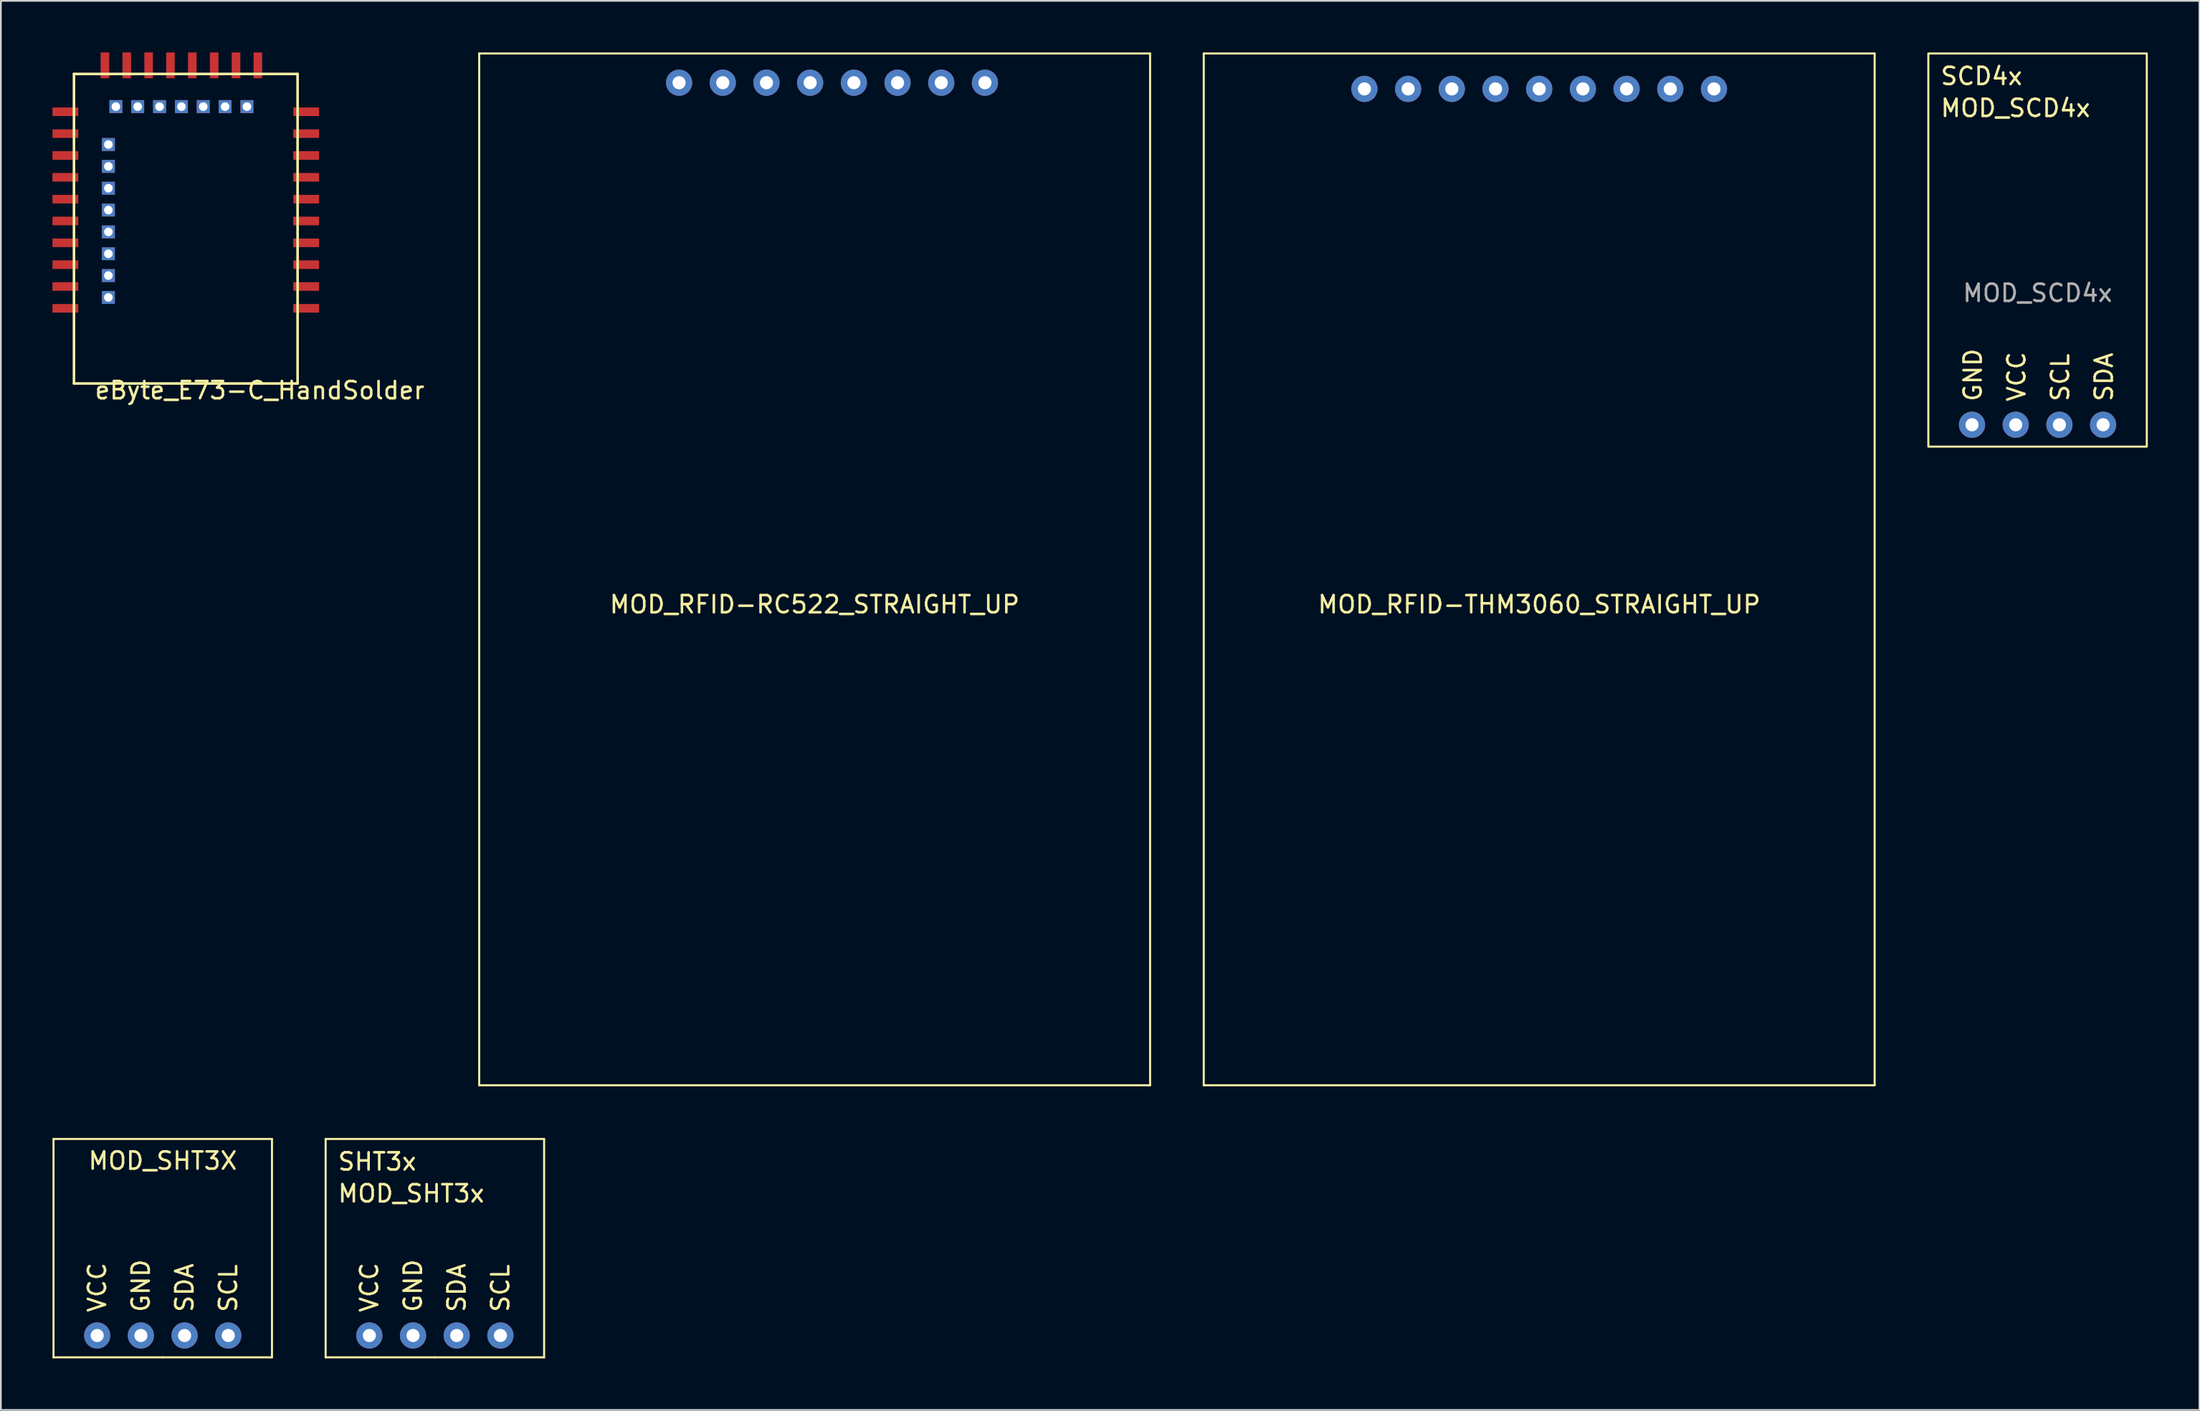
<source format=kicad_pcb>
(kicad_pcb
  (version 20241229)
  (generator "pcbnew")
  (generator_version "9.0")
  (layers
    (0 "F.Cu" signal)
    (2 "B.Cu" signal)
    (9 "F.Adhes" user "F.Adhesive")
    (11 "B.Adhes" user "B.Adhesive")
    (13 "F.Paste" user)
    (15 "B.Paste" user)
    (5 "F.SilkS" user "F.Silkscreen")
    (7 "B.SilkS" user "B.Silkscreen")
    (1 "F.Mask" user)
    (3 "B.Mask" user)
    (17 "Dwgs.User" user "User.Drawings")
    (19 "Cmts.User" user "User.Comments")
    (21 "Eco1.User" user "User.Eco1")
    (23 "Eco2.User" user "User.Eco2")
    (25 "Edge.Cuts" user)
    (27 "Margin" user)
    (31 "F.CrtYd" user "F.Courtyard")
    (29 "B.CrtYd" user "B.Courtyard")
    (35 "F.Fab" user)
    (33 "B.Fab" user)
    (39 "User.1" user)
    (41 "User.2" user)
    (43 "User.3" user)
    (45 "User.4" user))
  (footprint "MOD_RFID-RC522_STRAIGHT_UP"
    (layer "F.Cu")
    (at 44.306 30.06)
    (property "Reference" "MOD_RFID-RC522_STRAIGHT_UP" (at 0 2.04 0) (layer "F.SilkS") (effects (font (size 1 1) (thickness 0.15))))
    (attr through_hole)
    (fp_line (start -19.5 -30) (end 19.5 -30) (stroke (width 0.12) (type solid)) (layer "F.SilkS"))
    (fp_line (start -19.5 30) (end -19.5 -30) (stroke (width 0.12) (type solid)) (layer "F.SilkS"))
    (fp_line (start 19.5 -30) (end 19.5 30) (stroke (width 0.12) (type solid)) (layer "F.SilkS"))
    (fp_line (start 19.5 30) (end -19.5 30) (stroke (width 0.12) (type solid)) (layer "F.SilkS"))
    (pad "1" thru_hole circle (at -7.88 -28.3) (size 1.524 1.524) (drill 0.762) (layers "*.Cu" "*.Mask"))
    (pad "2" thru_hole circle (at -5.34 -28.3) (size 1.524 1.524) (drill 0.762) (layers "*.Cu" "*.Mask"))
    (pad "3" thru_hole circle (at -2.8 -28.3) (size 1.524 1.524) (drill 0.762) (layers "*.Cu" "*.Mask"))
    (pad "4" thru_hole circle (at -0.26 -28.3) (size 1.524 1.524) (drill 0.762) (layers "*.Cu" "*.Mask"))
    (pad "5" thru_hole circle (at 2.28 -28.3) (size 1.524 1.524) (drill 0.762) (layers "*.Cu" "*.Mask"))
    (pad "6" thru_hole circle (at 4.82 -28.3) (size 1.524 1.524) (drill 0.762) (layers "*.Cu" "*.Mask"))
    (pad "7" thru_hole circle (at 7.36 -28.3) (size 1.524 1.524) (drill 0.762) (layers "*.Cu" "*.Mask"))
    (pad "8" thru_hole circle (at 9.9 -28.3) (size 1.524 1.524) (drill 0.762) (layers "*.Cu" "*.Mask")))
  (footprint "eByte_E73-C_HandSolder"
    (layer "F.Cu")
    (at 1.25 1.25)
    (property "Reference" "eByte_E73-C_HandSolder" (at 10.8 18.4 0) (layer "F.SilkS") (effects (font (size 1 1) (thickness 0.15))))
    (attr through_hole)
    (fp_line (start 0 0) (end 13 0) (stroke (width 0.15) (type solid)) (layer "F.SilkS"))
    (fp_line (start 0 18) (end 0 0) (stroke (width 0.15) (type solid)) (layer "F.SilkS"))
    (fp_line (start 13 0) (end 13 18) (stroke (width 0.15) (type solid)) (layer "F.SilkS"))
    (fp_line (start 13 18) (end 0 18) (stroke (width 0.15) (type solid)) (layer "F.SilkS"))
    (pad "1" smd rect (at 13 13.63) (size 1.5 0.5) (drill (offset 0.5 0)) (layers "F.Cu" "F.Mask" "F.Paste"))
    (pad "2" smd rect (at 13 12.36) (size 1.5 0.5) (drill (offset 0.5 0)) (layers "F.Cu" "F.Mask" "F.Paste"))
    (pad "3" smd rect (at 13 11.09) (size 1.5 0.5) (drill (offset 0.5 0)) (layers "F.Cu" "F.Mask" "F.Paste"))
    (pad "4" smd rect (at 13 9.82) (size 1.5 0.5) (drill (offset 0.5 0)) (layers "F.Cu" "F.Mask" "F.Paste"))
    (pad "5" smd rect (at 13 8.55) (size 1.5 0.5) (drill (offset 0.5 0)) (layers "F.Cu" "F.Mask" "F.Paste"))
    (pad "6" smd rect (at 13 7.28) (size 1.5 0.5) (drill (offset 0.5 0)) (layers "F.Cu" "F.Mask" "F.Paste"))
    (pad "7" smd rect (at 13 6.01) (size 1.5 0.5) (drill (offset 0.5 0)) (layers "F.Cu" "F.Mask" "F.Paste"))
    (pad "8" smd rect (at 13 4.74) (size 1.5 0.5) (drill (offset 0.5 0)) (layers "F.Cu" "F.Mask" "F.Paste"))
    (pad "9" smd rect (at 13 3.47) (size 1.5 0.5) (drill (offset 0.5 0)) (layers "F.Cu" "F.Mask" "F.Paste"))
    (pad "10" smd rect (at 13 2.2) (size 1.5 0.5) (drill (offset 0.5 0)) (layers "F.Cu" "F.Mask" "F.Paste"))
    (pad "11" smd rect (at 10.69 0) (size 0.5 1.5) (drill (offset 0 -0.5)) (layers "F.Cu" "F.Mask" "F.Paste"))
    (pad "12" thru_hole rect (at 10.055 1.9) (size 0.75 0.75) (drill 0.5) (layers "*.Cu" "*.Mask"))
    (pad "13" smd rect (at 9.42 0) (size 0.5 1.5) (drill (offset 0 -0.5)) (layers "F.Cu" "F.Mask" "F.Paste"))
    (pad "14" thru_hole rect (at 8.785 1.9) (size 0.75 0.75) (drill 0.5) (layers "*.Cu" "*.Mask"))
    (pad "15" smd rect (at 8.15 0) (size 0.5 1.5) (drill (offset 0 -0.5)) (layers "F.Cu" "F.Mask" "F.Paste"))
    (pad "16" thru_hole rect (at 7.515 1.9) (size 0.75 0.75) (drill 0.5) (layers "*.Cu" "*.Mask"))
    (pad "17" smd rect (at 6.88 0) (size 0.5 1.5) (drill (offset 0 -0.5)) (layers "F.Cu" "F.Mask" "F.Paste"))
    (pad "18" thru_hole rect (at 6.245 1.9) (size 0.75 0.75) (drill 0.5) (layers "*.Cu" "*.Mask"))
    (pad "19" smd rect (at 5.61 0) (size 0.5 1.5) (drill (offset 0 -0.5)) (layers "F.Cu" "F.Mask" "F.Paste"))
    (pad "20" thru_hole rect (at 4.975 1.9) (size 0.75 0.75) (drill 0.5) (layers "*.Cu" "*.Mask"))
    (pad "21" smd rect (at 4.34 0) (size 0.5 1.5) (drill (offset 0 -0.5)) (layers "F.Cu" "F.Mask" "F.Paste"))
    (pad "22" thru_hole rect (at 3.705 1.9) (size 0.75 0.75) (drill 0.5) (layers "*.Cu" "*.Mask"))
    (pad "23" smd rect (at 3.07 0) (size 0.5 1.5) (drill (offset 0 -0.5)) (layers "F.Cu" "F.Mask" "F.Paste"))
    (pad "24" thru_hole rect (at 2.435 1.9) (size 0.75 0.75) (drill 0.5) (layers "*.Cu" "*.Mask"))
    (pad "25" smd rect (at 1.8 0) (size 0.5 1.5) (drill (offset 0 -0.5)) (layers "F.Cu" "F.Mask" "F.Paste"))
    (pad "26" smd rect (at 0 2.2) (size 1.5 0.5) (drill (offset -0.5 0)) (layers "F.Cu" "F.Mask" "F.Paste"))
    (pad "27" smd rect (at 0 3.47) (size 1.5 0.5) (drill (offset -0.5 0)) (layers "F.Cu" "F.Mask" "F.Paste"))
    (pad "28" thru_hole rect (at 2 4.105) (size 0.75 0.75) (drill 0.5) (layers "*.Cu" "*.Mask"))
    (pad "29" smd rect (at 0 4.74) (size 1.5 0.5) (drill (offset -0.5 0)) (layers "F.Cu" "F.Mask" "F.Paste"))
    (pad "30" thru_hole rect (at 2 5.375) (size 0.75 0.75) (drill 0.5) (layers "*.Cu" "*.Mask"))
    (pad "31" smd rect (at 0 6.01) (size 1.5 0.5) (drill (offset -0.5 0)) (layers "F.Cu" "F.Mask" "F.Paste"))
    (pad "32" thru_hole rect (at 2 6.645) (size 0.75 0.75) (drill 0.5) (layers "*.Cu" "*.Mask"))
    (pad "33" smd rect (at 0 7.28) (size 1.5 0.5) (drill (offset -0.5 0)) (layers "F.Cu" "F.Mask" "F.Paste"))
    (pad "34" thru_hole rect (at 2 7.915) (size 0.75 0.75) (drill 0.5) (layers "*.Cu" "*.Mask"))
    (pad "35" smd rect (at 0 8.55) (size 1.5 0.5) (drill (offset -0.5 0)) (layers "F.Cu" "F.Mask" "F.Paste"))
    (pad "36" thru_hole rect (at 2 9.185) (size 0.75 0.75) (drill 0.5) (layers "*.Cu" "*.Mask"))
    (pad "37" smd rect (at 0 9.82) (size 1.5 0.5) (drill (offset -0.5 0)) (layers "F.Cu" "F.Mask" "F.Paste"))
    (pad "38" thru_hole rect (at 2 10.455) (size 0.75 0.75) (drill 0.5) (layers "*.Cu" "*.Mask"))
    (pad "39" smd rect (at 0 11.09) (size 1.5 0.5) (drill (offset -0.5 0)) (layers "F.Cu" "F.Mask" "F.Paste"))
    (pad "40" thru_hole rect (at 2 11.725) (size 0.75 0.75) (drill 0.5) (layers "*.Cu" "*.Mask"))
    (pad "41" smd rect (at 0 12.36) (size 1.5 0.5) (drill (offset -0.5 0)) (layers "F.Cu" "F.Mask" "F.Paste"))
    (pad "42" thru_hole rect (at 2 12.995) (size 0.75 0.75) (drill 0.5) (layers "*.Cu" "*.Mask"))
    (pad "43" smd rect (at 0 13.63) (size 1.5 0.5) (drill (offset -0.5 0)) (layers "F.Cu" "F.Mask" "F.Paste")))
  (footprint "MOD_SHT3x"
    (layer "F.Cu")
    (at 22.23 69.53)
    (property "Reference" "MOD_SHT3x" (at -5.715 -3.175 0) (layer "F.SilkS") (effects (font (size 1 1) (thickness 0.15)) (justify left)))
    (attr through_hole)
    (fp_line (start -6.35 -6.35) (end 6.35 -6.35) (stroke (width 0.12) (type solid)) (layer "F.SilkS"))
    (fp_line (start -6.35 6.35) (end -6.35 -6.35) (stroke (width 0.12) (type solid)) (layer "F.SilkS"))
    (fp_line (start 0 6.35) (end -6.35 6.35) (stroke (width 0.12) (type solid)) (layer "F.SilkS"))
    (fp_line (start 6.35 -6.35) (end 6.35 6.35) (stroke (width 0.12) (type solid)) (layer "F.SilkS"))
    (fp_line (start 6.35 6.35) (end 0 6.35) (stroke (width 0.12) (type solid)) (layer "F.SilkS"))
    (fp_text user "GND" (at -1.27 3.81 90) (layer "F.SilkS") (effects (font (size 1 1) (thickness 0.15)) (justify left)))
    (fp_text user "VCC" (at -3.81 3.81 90) (layer "F.SilkS") (effects (font (size 1 1) (thickness 0.15)) (justify left)))
    (fp_text user "SCL" (at 3.81 3.81 90) (layer "F.SilkS") (effects (font (size 1 1) (thickness 0.15)) (justify left)))
    (fp_text user "SDA" (at 1.27 3.81 90) (layer "F.SilkS") (effects (font (size 1 1) (thickness 0.15)) (justify left)))
    (fp_text user "SHT3x" (at -5.715 -4.445 0) (unlocked yes) (layer "F.SilkS") (effects (font (size 1 1) (thickness 0.15)) (justify left bottom)))
    (pad "1" thru_hole circle (at -3.81 5.08) (size 1.524 1.524) (drill 0.762) (layers "*.Cu" "*.Mask"))
    (pad "2" thru_hole circle (at -1.27 5.08) (size 1.524 1.524) (drill 0.762) (layers "*.Cu" "*.Mask"))
    (pad "3" thru_hole circle (at 1.27 5.08) (size 1.524 1.524) (drill 0.762) (layers "*.Cu" "*.Mask"))
    (pad "4" thru_hole circle (at 3.81 5.08) (size 1.524 1.524) (drill 0.762) (layers "*.Cu" "*.Mask")))
  (footprint "MOD_SCD4x"
    (layer "F.Cu")
    (at 115.396 11.49)
    (property "Reference" "MOD_SCD4x" (at -5.715 -8.255 0) (unlocked yes) (layer "F.SilkS") (effects (font (size 1 1) (thickness 0.15)) (justify left)))
    (attr through_hole)
    (fp_rect (start -6.35 -11.43) (end 6.35 11.43) (stroke (width 0.12) (type default)) (fill no) (layer "F.SilkS"))
    (fp_text user "SCL" (at 1.905 8.89 90) (unlocked yes) (layer "F.SilkS") (effects (font (size 1 1) (thickness 0.15)) (justify left bottom)))
    (fp_text user "SDA" (at 4.445 8.89 90) (unlocked yes) (layer "F.SilkS") (effects (font (size 1 1) (thickness 0.15)) (justify left bottom)))
    (fp_text user "GND" (at -3.175 8.89 90) (unlocked yes) (layer "F.SilkS") (effects (font (size 1 1) (thickness 0.15)) (justify left bottom)))
    (fp_text user "VCC" (at -0.635 8.89 90) (unlocked yes) (layer "F.SilkS") (effects (font (size 1 1) (thickness 0.15)) (justify left bottom)))
    (fp_text user "SCD4x" (at -5.715 -9.525 0) (unlocked yes) (layer "F.SilkS") (effects (font (size 1 1) (thickness 0.15)) (justify left bottom)))
    (fp_text user "${REFERENCE}" (at 0 2.5 0) (unlocked yes) (layer "F.Fab") (effects (font (size 1 1) (thickness 0.15))))
    (pad "1" thru_hole circle (at -3.81 10.16) (size 1.524 1.524) (drill 0.762) (layers "*.Cu" "*.Mask"))
    (pad "2" thru_hole circle (at -1.27 10.16) (size 1.524 1.524) (drill 0.762) (layers "*.Cu" "*.Mask"))
    (pad "3" thru_hole circle (at 1.27 10.16) (size 1.524 1.524) (drill 0.762) (layers "*.Cu" "*.Mask"))
    (pad "4" thru_hole circle (at 3.81 10.16) (size 1.524 1.524) (drill 0.762) (layers "*.Cu" "*.Mask")))
  (footprint "MOD_RFID-THM3060_STRAIGHT_UP"
    (layer "F.Cu")
    (at 86.426 30.06)
    (property "Reference" "MOD_RFID-THM3060_STRAIGHT_UP" (at 0 2.04 0) (layer "F.SilkS") (effects (font (size 1 1) (thickness 0.15))))
    (attr through_hole)
    (fp_line (start -19.5 -30) (end 19.5 -30) (stroke (width 0.12) (type solid)) (layer "F.SilkS"))
    (fp_line (start -19.5 30) (end -19.5 -30) (stroke (width 0.12) (type solid)) (layer "F.SilkS"))
    (fp_line (start 19.5 -30) (end 19.5 30) (stroke (width 0.12) (type solid)) (layer "F.SilkS"))
    (fp_line (start 19.5 30) (end -19.5 30) (stroke (width 0.12) (type solid)) (layer "F.SilkS"))
    (pad "1" thru_hole circle (at -10.16 -27.94) (size 1.524 1.524) (drill 0.762) (layers "*.Cu" "*.Mask"))
    (pad "2" thru_hole circle (at -7.62 -27.94) (size 1.524 1.524) (drill 0.762) (layers "*.Cu" "*.Mask"))
    (pad "3" thru_hole circle (at -5.08 -27.94) (size 1.524 1.524) (drill 0.762) (layers "*.Cu" "*.Mask"))
    (pad "4" thru_hole circle (at -2.54 -27.94) (size 1.524 1.524) (drill 0.762) (layers "*.Cu" "*.Mask"))
    (pad "5" thru_hole circle (at 0 -27.94) (size 1.524 1.524) (drill 0.762) (layers "*.Cu" "*.Mask"))
    (pad "6" thru_hole circle (at 2.54 -27.94) (size 1.524 1.524) (drill 0.762) (layers "*.Cu" "*.Mask"))
    (pad "7" thru_hole circle (at 5.08 -27.94) (size 1.524 1.524) (drill 0.762) (layers "*.Cu" "*.Mask"))
    (pad "8" thru_hole circle (at 7.62 -27.94) (size 1.524 1.524) (drill 0.762) (layers "*.Cu" "*.Mask"))
    (pad "9" thru_hole circle (at 10.16 -27.94) (size 1.524 1.524) (drill 0.762) (layers "*.Cu" "*.Mask")))
  (footprint "MOD_SHT3X"
    (layer "F.Cu")
    (at 6.41 69.53)
    (property "Reference" "MOD_SHT3X" (at 0 -5.08 0) (layer "F.SilkS") (effects (font (size 1 1) (thickness 0.15))))
    (attr through_hole)
    (fp_line (start -6.35 -6.35) (end 6.35 -6.35) (stroke (width 0.12) (type solid)) (layer "F.SilkS"))
    (fp_line (start -6.35 6.35) (end -6.35 -6.35) (stroke (width 0.12) (type solid)) (layer "F.SilkS"))
    (fp_line (start 0 6.35) (end -6.35 6.35) (stroke (width 0.12) (type solid)) (layer "F.SilkS"))
    (fp_line (start 6.35 -6.35) (end 6.35 6.35) (stroke (width 0.12) (type solid)) (layer "F.SilkS"))
    (fp_line (start 6.35 6.35) (end 0 6.35) (stroke (width 0.12) (type solid)) (layer "F.SilkS"))
    (fp_text user "SCL" (at 3.81 3.81 90) (layer "F.SilkS") (effects (font (size 1 1) (thickness 0.15)) (justify left)))
    (fp_text user "GND" (at -1.27 3.81 90) (layer "F.SilkS") (effects (font (size 1 1) (thickness 0.15)) (justify left)))
    (fp_text user "SDA" (at 1.27 3.81 90) (layer "F.SilkS") (effects (font (size 1 1) (thickness 0.15)) (justify left)))
    (fp_text user "VCC" (at -3.81 3.81 90) (layer "F.SilkS") (effects (font (size 1 1) (thickness 0.15)) (justify left)))
    (pad "1" thru_hole circle (at -3.81 5.08) (size 1.524 1.524) (drill 0.762) (layers "*.Cu" "*.Mask"))
    (pad "2" thru_hole circle (at -1.27 5.08) (size 1.524 1.524) (drill 0.762) (layers "*.Cu" "*.Mask"))
    (pad "3" thru_hole circle (at 1.27 5.08) (size 1.524 1.524) (drill 0.762) (layers "*.Cu" "*.Mask"))
    (pad "4" thru_hole circle (at 3.81 5.08) (size 1.524 1.524) (drill 0.762) (layers "*.Cu" "*.Mask")))
  (gr_rect
    (start -3 -3)
    (end 124.806 78.94)
    (stroke (width 0.1) (type default))
    (fill no)
    (layer "Edge.Cuts")))
</source>
